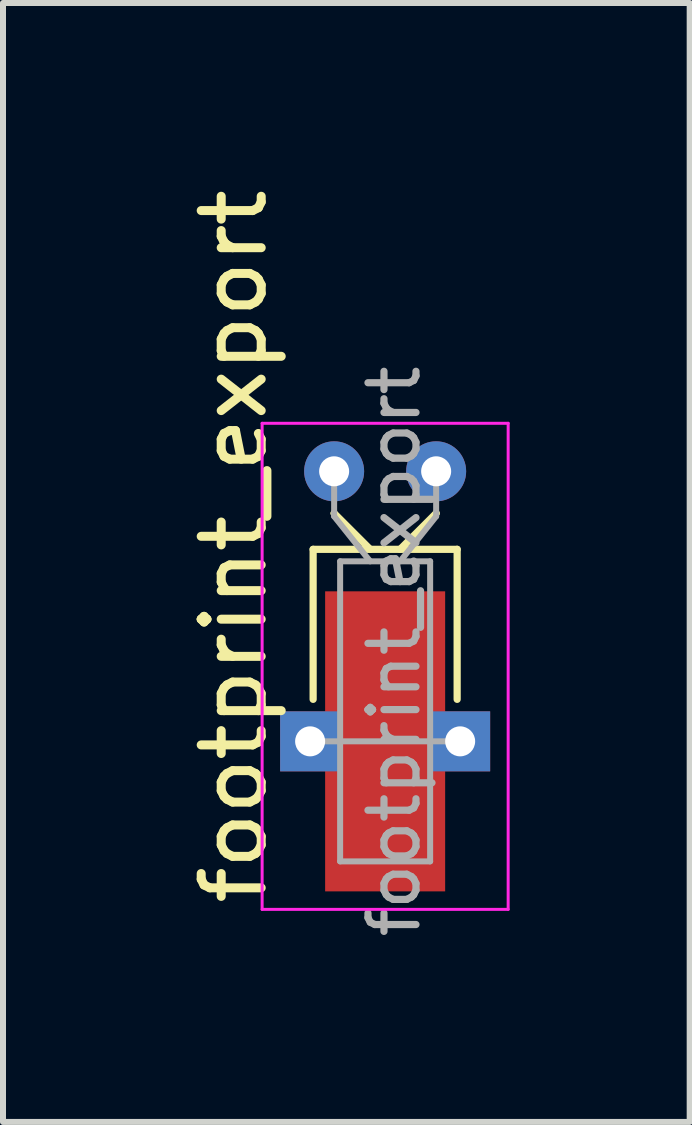
<source format=kicad_pcb>
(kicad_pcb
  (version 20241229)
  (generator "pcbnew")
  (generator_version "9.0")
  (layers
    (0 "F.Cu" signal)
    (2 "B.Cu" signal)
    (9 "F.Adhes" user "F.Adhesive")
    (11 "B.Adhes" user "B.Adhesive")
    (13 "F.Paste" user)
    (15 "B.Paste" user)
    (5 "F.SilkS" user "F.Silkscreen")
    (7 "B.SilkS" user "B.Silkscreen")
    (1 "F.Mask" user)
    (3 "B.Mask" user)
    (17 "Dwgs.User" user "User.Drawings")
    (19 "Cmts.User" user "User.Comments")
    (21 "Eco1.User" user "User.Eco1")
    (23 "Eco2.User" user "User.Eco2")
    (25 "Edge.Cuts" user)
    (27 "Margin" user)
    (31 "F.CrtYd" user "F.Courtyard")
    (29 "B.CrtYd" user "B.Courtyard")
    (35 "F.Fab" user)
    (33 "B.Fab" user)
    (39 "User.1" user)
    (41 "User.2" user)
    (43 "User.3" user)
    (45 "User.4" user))
  (footprint "footprint_export"
    (layer "F.Cu")
    (at 2.518 4.804)
    (property "Reference" "footprint_export" (at -1.67 1.25 90) (layer "F.SilkS") (effects (font (size 1 1) (thickness 0.15))))
    (attr through_hole)
    (fp_line (start -0.35 1.3) (end 2.05 1.3) (stroke (width 0.12) (type solid)) (layer "F.SilkS"))
    (fp_line (start -0.35 3.8) (end -0.35 1.3) (stroke (width 0.12) (type solid)) (layer "F.SilkS"))
    (fp_line (start 0 0.7) (end 0 0.7) (stroke (width 0.12) (type solid)) (layer "F.SilkS"))
    (fp_line (start 0.6 1.3) (end 0 0.7) (stroke (width 0.12) (type solid)) (layer "F.SilkS"))
    (fp_line (start 1.1 1.3) (end 1.7 0.7) (stroke (width 0.12) (type solid)) (layer "F.SilkS"))
    (fp_line (start 1.7 0.7) (end 1.7 0.7) (stroke (width 0.12) (type solid)) (layer "F.SilkS"))
    (fp_line (start 2.05 1.3) (end 2.05 3.8) (stroke (width 0.12) (type solid)) (layer "F.SilkS"))
    (fp_line (start -1.2 -0.8) (end -1.2 7.3) (stroke (width 0.05) (type solid)) (layer "F.CrtYd"))
    (fp_line (start -1.2 7.3) (end 2.9 7.3) (stroke (width 0.05) (type solid)) (layer "F.CrtYd"))
    (fp_line (start 2.9 -0.8) (end -1.2 -0.8) (stroke (width 0.05) (type solid)) (layer "F.CrtYd"))
    (fp_line (start 2.9 7.3) (end 2.9 -0.8) (stroke (width 0.05) (type solid)) (layer "F.CrtYd"))
    (fp_line (start -0.4 4.5) (end 2.1 4.5) (stroke (width 0.1) (type solid)) (layer "F.Fab"))
    (fp_line (start 0 0.75) (end 0 0) (stroke (width 0.1) (type solid)) (layer "F.Fab"))
    (fp_line (start 0.1 1.5) (end 0.1 6.5) (stroke (width 0.1) (type solid)) (layer "F.Fab"))
    (fp_line (start 0.1 6.5) (end 1.6 6.5) (stroke (width 0.1) (type solid)) (layer "F.Fab"))
    (fp_line (start 0.6 1.5) (end 0 0.75) (stroke (width 0.1) (type solid)) (layer "F.Fab"))
    (fp_line (start 1.1 1.5) (end 1.7 0.75) (stroke (width 0.1) (type solid)) (layer "F.Fab"))
    (fp_line (start 1.6 1.5) (end 0.1 1.5) (stroke (width 0.1) (type solid)) (layer "F.Fab"))
    (fp_line (start 1.6 6.5) (end 1.6 1.5) (stroke (width 0.1) (type solid)) (layer "F.Fab"))
    (fp_line (start 1.7 0.75) (end 1.7 0) (stroke (width 0.1) (type solid)) (layer "F.Fab"))
    (fp_text user "${REFERENCE}" (at 1 3 90) (layer "F.Fab") (effects (font (size 0.8 0.8) (thickness 0.12))))
    (pad "1" thru_hole circle (at 0 0) (size 1 1) (drill 0.5) (layers "*.Cu" "*.Mask"))
    (pad "2" thru_hole circle (at 1.7 0) (size 1 1) (drill 0.5) (layers "*.Cu" "*.Mask"))
    (pad "3" thru_hole rect (at -0.4 4.5) (size 1 1) (drill 0.5) (layers "*.Cu" "*.Mask"))
    (pad "3" smd rect (at 0.85 4.5) (size 2 5) (layers "F.Cu" "F.Mask" "F.Paste"))
    (pad "3" thru_hole rect (at 2.1 4.5) (size 1 1) (drill 0.5) (layers "*.Cu" "*.Mask")))
  (gr_rect
    (start -3 -3)
    (end 8.443 15.646)
    (stroke (width 0.1) (type default))
    (fill no)
    (layer "Edge.Cuts")))
</source>
